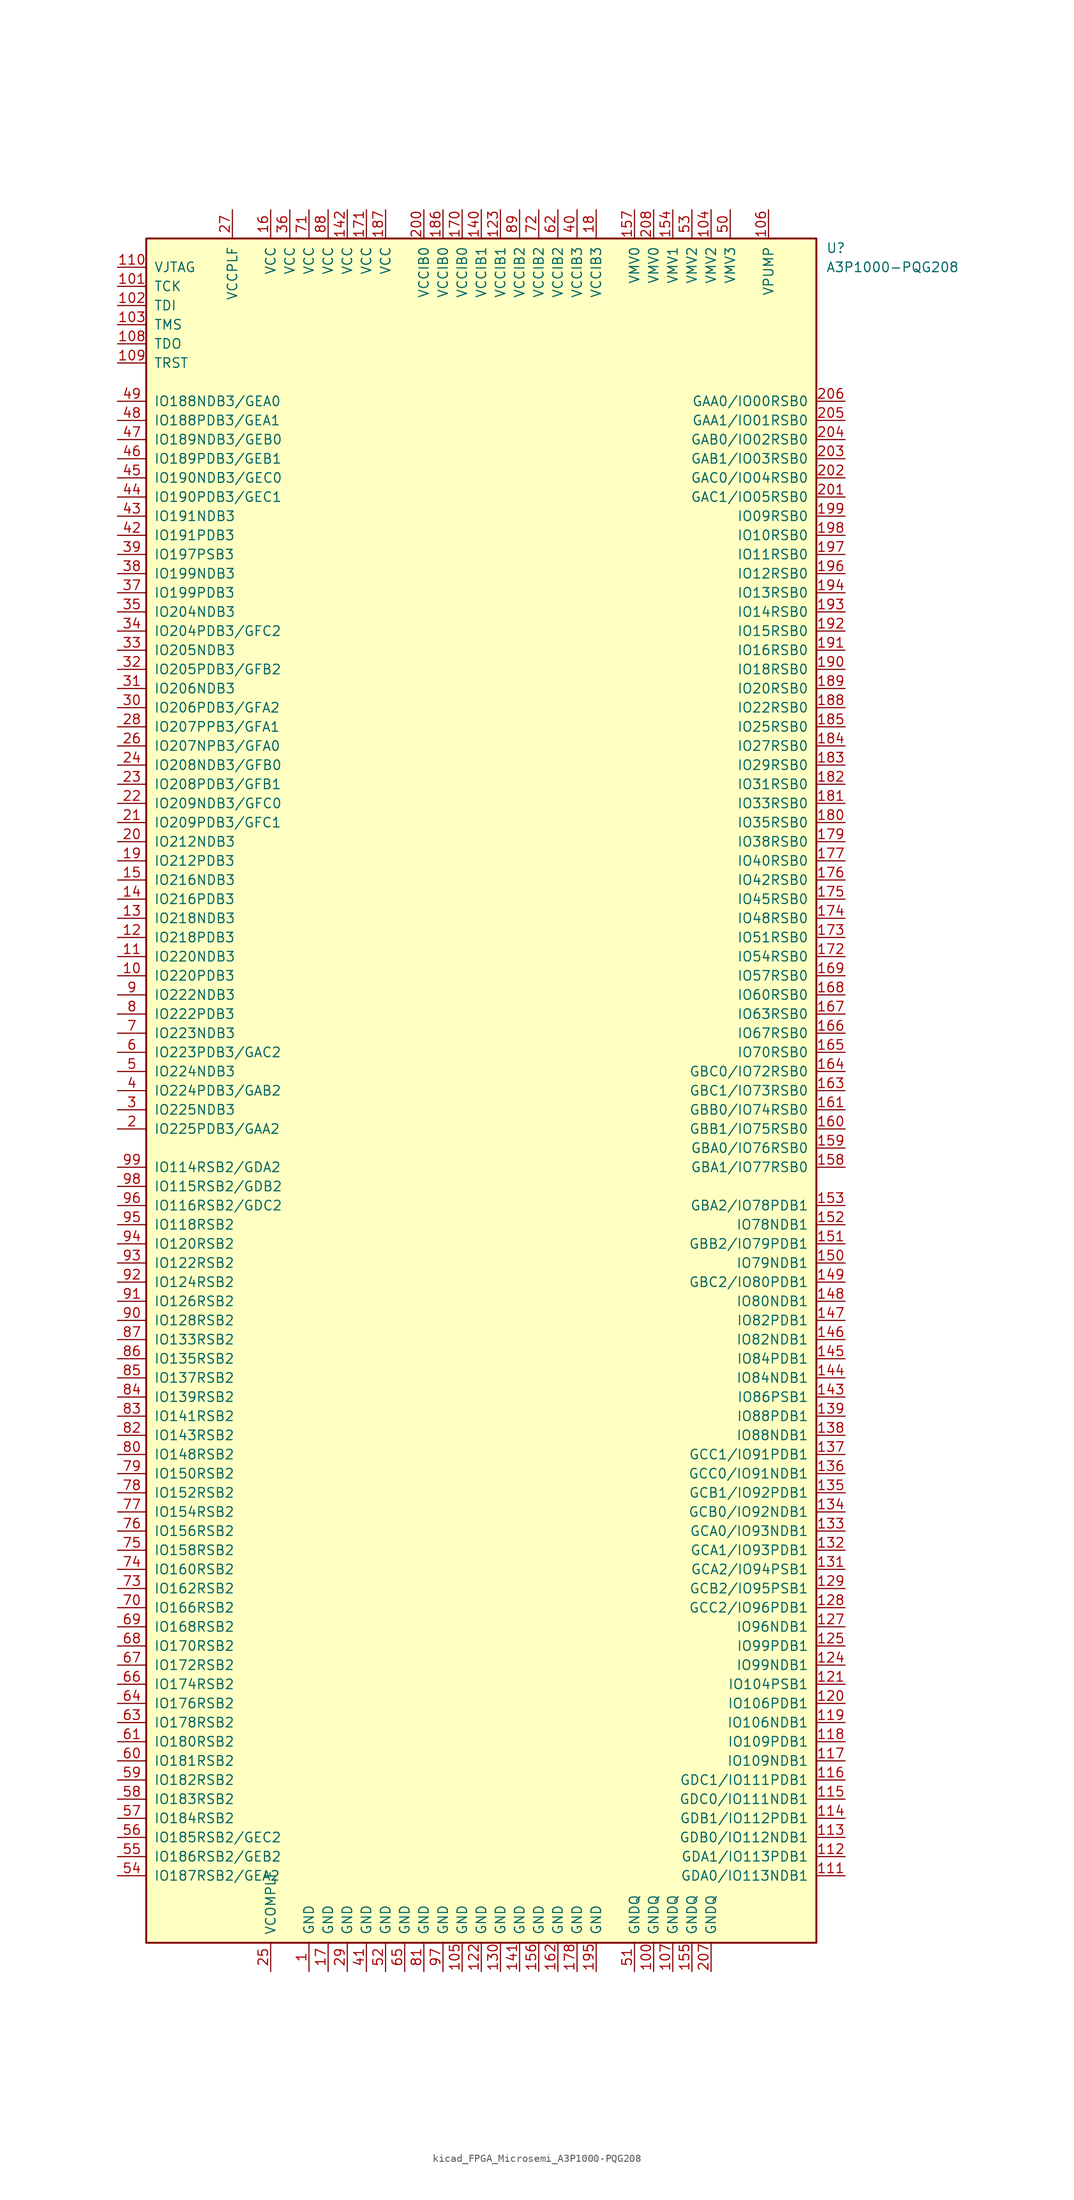
<source format=kicad_sym>
(kicad_symbol_lib
  (version 20220914)
  (generator kicad_symbol_editor)
  (symbol "kicad_FPGA_Microsemi_A3P1000-PQG208"
    (pin_names
      (offset 1.016))
    (property "Reference" "U"
      (at 45.72 111.76 0)
      (effects (font (size 1.27 1.27)) (justify left)))
    (property "Value" "A3P1000-PQG208"
      (at 45.72 109.22 0)
      (effects (font (size 1.27 1.27)) (justify left)))
    (symbol "kicad_FPGA_Microsemi_A3P1000-PQG208_1_0"
      (rectangle (start -44.45 -113.03) (end 44.45 113.03) (stroke (width 0.254) (type default)) (fill (type background))))
    (symbol "kicad_FPGA_Microsemi_A3P1000-PQG208_1_1"
      (pin power_in line (at -22.86 -116.84 90) (length 3.81) (name "GND" (effects (font (size 1.27 1.27)))) (number "1" (effects (font (size 1.27 1.27)))))
      (pin bidirectional line (at -48.26 15.24 0) (length 3.81) (name "IO220PDB3" (effects (font (size 1.27 1.27)))) (number "10" (effects (font (size 1.27 1.27)))))
      (pin power_in line (at 22.86 -116.84 90) (length 3.81) (name "GNDQ" (effects (font (size 1.27 1.27)))) (number "100" (effects (font (size 1.27 1.27)))))
      (pin bidirectional line (at -48.26 106.68 0) (length 3.81) (name "TCK" (effects (font (size 1.27 1.27)))) (number "101" (effects (font (size 1.27 1.27)))))
      (pin bidirectional line (at -48.26 104.14 0) (length 3.81) (name "TDI" (effects (font (size 1.27 1.27)))) (number "102" (effects (font (size 1.27 1.27)))))
      (pin bidirectional line (at -48.26 101.6 0) (length 3.81) (name "TMS" (effects (font (size 1.27 1.27)))) (number "103" (effects (font (size 1.27 1.27)))))
      (pin power_in line (at 30.48 116.84 270) (length 3.81) (name "VMV2" (effects (font (size 1.27 1.27)))) (number "104" (effects (font (size 1.27 1.27)))))
      (pin power_in line (at -2.54 -116.84 90) (length 3.81) (name "GND" (effects (font (size 1.27 1.27)))) (number "105" (effects (font (size 1.27 1.27)))))
      (pin power_in line (at 38.1 116.84 270) (length 3.81) (name "VPUMP" (effects (font (size 1.27 1.27)))) (number "106" (effects (font (size 1.27 1.27)))))
      (pin power_in line (at 25.4 -116.84 90) (length 3.81) (name "GNDQ" (effects (font (size 1.27 1.27)))) (number "107" (effects (font (size 1.27 1.27)))))
      (pin bidirectional line (at -48.26 99.06 0) (length 3.81) (name "TDO" (effects (font (size 1.27 1.27)))) (number "108" (effects (font (size 1.27 1.27)))))
      (pin bidirectional line (at -48.26 96.52 0) (length 3.81) (name "TRST" (effects (font (size 1.27 1.27)))) (number "109" (effects (font (size 1.27 1.27)))))
      (pin bidirectional line (at -48.26 17.78 0) (length 3.81) (name "IO220NDB3" (effects (font (size 1.27 1.27)))) (number "11" (effects (font (size 1.27 1.27)))))
      (pin power_in line (at -48.26 109.22 0) (length 3.81) (name "VJTAG" (effects (font (size 1.27 1.27)))) (number "110" (effects (font (size 1.27 1.27)))))
      (pin bidirectional line (at 48.26 -104.14 180) (length 3.81) (name "GDA0/IO113NDB1" (effects (font (size 1.27 1.27)))) (number "111" (effects (font (size 1.27 1.27)))))
      (pin bidirectional line (at 48.26 -101.6 180) (length 3.81) (name "GDA1/IO113PDB1" (effects (font (size 1.27 1.27)))) (number "112" (effects (font (size 1.27 1.27)))))
      (pin bidirectional line (at 48.26 -99.06 180) (length 3.81) (name "GDB0/IO112NDB1" (effects (font (size 1.27 1.27)))) (number "113" (effects (font (size 1.27 1.27)))))
      (pin bidirectional line (at 48.26 -96.52 180) (length 3.81) (name "GDB1/IO112PDB1" (effects (font (size 1.27 1.27)))) (number "114" (effects (font (size 1.27 1.27)))))
      (pin bidirectional line (at 48.26 -93.98 180) (length 3.81) (name "GDC0/IO111NDB1" (effects (font (size 1.27 1.27)))) (number "115" (effects (font (size 1.27 1.27)))))
      (pin bidirectional line (at 48.26 -91.44 180) (length 3.81) (name "GDC1/IO111PDB1" (effects (font (size 1.27 1.27)))) (number "116" (effects (font (size 1.27 1.27)))))
      (pin bidirectional line (at 48.26 -88.9 180) (length 3.81) (name "IO109NDB1" (effects (font (size 1.27 1.27)))) (number "117" (effects (font (size 1.27 1.27)))))
      (pin bidirectional line (at 48.26 -86.36 180) (length 3.81) (name "IO109PDB1" (effects (font (size 1.27 1.27)))) (number "118" (effects (font (size 1.27 1.27)))))
      (pin bidirectional line (at 48.26 -83.82 180) (length 3.81) (name "IO106NDB1" (effects (font (size 1.27 1.27)))) (number "119" (effects (font (size 1.27 1.27)))))
      (pin bidirectional line (at -48.26 20.32 0) (length 3.81) (name "IO218PDB3" (effects (font (size 1.27 1.27)))) (number "12" (effects (font (size 1.27 1.27)))))
      (pin bidirectional line (at 48.26 -81.28 180) (length 3.81) (name "IO106PDB1" (effects (font (size 1.27 1.27)))) (number "120" (effects (font (size 1.27 1.27)))))
      (pin bidirectional line (at 48.26 -78.74 180) (length 3.81) (name "IO104PSB1" (effects (font (size 1.27 1.27)))) (number "121" (effects (font (size 1.27 1.27)))))
      (pin power_in line (at 0 -116.84 90) (length 3.81) (name "GND" (effects (font (size 1.27 1.27)))) (number "122" (effects (font (size 1.27 1.27)))))
      (pin power_in line (at 2.54 116.84 270) (length 3.81) (name "VCCIB1" (effects (font (size 1.27 1.27)))) (number "123" (effects (font (size 1.27 1.27)))))
      (pin bidirectional line (at 48.26 -76.2 180) (length 3.81) (name "IO99NDB1" (effects (font (size 1.27 1.27)))) (number "124" (effects (font (size 1.27 1.27)))))
      (pin bidirectional line (at 48.26 -73.66 180) (length 3.81) (name "IO99PDB1" (effects (font (size 1.27 1.27)))) (number "125" (effects (font (size 1.27 1.27)))))
      (pin bidirectional line (at 48.26 -71.12 180) (length 3.81) (name "IO96NDB1" (effects (font (size 1.27 1.27)))) (number "127" (effects (font (size 1.27 1.27)))))
      (pin bidirectional line (at 48.26 -68.58 180) (length 3.81) (name "GCC2/IO96PDB1" (effects (font (size 1.27 1.27)))) (number "128" (effects (font (size 1.27 1.27)))))
      (pin bidirectional line (at 48.26 -66.04 180) (length 3.81) (name "GCB2/IO95PSB1" (effects (font (size 1.27 1.27)))) (number "129" (effects (font (size 1.27 1.27)))))
      (pin bidirectional line (at -48.26 22.86 0) (length 3.81) (name "IO218NDB3" (effects (font (size 1.27 1.27)))) (number "13" (effects (font (size 1.27 1.27)))))
      (pin power_in line (at 2.54 -116.84 90) (length 3.81) (name "GND" (effects (font (size 1.27 1.27)))) (number "130" (effects (font (size 1.27 1.27)))))
      (pin bidirectional line (at 48.26 -63.5 180) (length 3.81) (name "GCA2/IO94PSB1" (effects (font (size 1.27 1.27)))) (number "131" (effects (font (size 1.27 1.27)))))
      (pin bidirectional line (at 48.26 -60.96 180) (length 3.81) (name "GCA1/IO93PDB1" (effects (font (size 1.27 1.27)))) (number "132" (effects (font (size 1.27 1.27)))))
      (pin bidirectional line (at 48.26 -58.42 180) (length 3.81) (name "GCA0/IO93NDB1" (effects (font (size 1.27 1.27)))) (number "133" (effects (font (size 1.27 1.27)))))
      (pin bidirectional line (at 48.26 -55.88 180) (length 3.81) (name "GCB0/IO92NDB1" (effects (font (size 1.27 1.27)))) (number "134" (effects (font (size 1.27 1.27)))))
      (pin bidirectional line (at 48.26 -53.34 180) (length 3.81) (name "GCB1/IO92PDB1" (effects (font (size 1.27 1.27)))) (number "135" (effects (font (size 1.27 1.27)))))
      (pin bidirectional line (at 48.26 -50.8 180) (length 3.81) (name "GCC0/IO91NDB1" (effects (font (size 1.27 1.27)))) (number "136" (effects (font (size 1.27 1.27)))))
      (pin bidirectional line (at 48.26 -48.26 180) (length 3.81) (name "GCC1/IO91PDB1" (effects (font (size 1.27 1.27)))) (number "137" (effects (font (size 1.27 1.27)))))
      (pin bidirectional line (at 48.26 -45.72 180) (length 3.81) (name "IO88NDB1" (effects (font (size 1.27 1.27)))) (number "138" (effects (font (size 1.27 1.27)))))
      (pin bidirectional line (at 48.26 -43.18 180) (length 3.81) (name "IO88PDB1" (effects (font (size 1.27 1.27)))) (number "139" (effects (font (size 1.27 1.27)))))
      (pin bidirectional line (at -48.26 25.4 0) (length 3.81) (name "IO216PDB3" (effects (font (size 1.27 1.27)))) (number "14" (effects (font (size 1.27 1.27)))))
      (pin power_in line (at 0 116.84 270) (length 3.81) (name "VCCIB1" (effects (font (size 1.27 1.27)))) (number "140" (effects (font (size 1.27 1.27)))))
      (pin power_in line (at 5.08 -116.84 90) (length 3.81) (name "GND" (effects (font (size 1.27 1.27)))) (number "141" (effects (font (size 1.27 1.27)))))
      (pin power_in line (at -17.78 116.84 270) (length 3.81) (name "VCC" (effects (font (size 1.27 1.27)))) (number "142" (effects (font (size 1.27 1.27)))))
      (pin bidirectional line (at 48.26 -40.64 180) (length 3.81) (name "IO86PSB1" (effects (font (size 1.27 1.27)))) (number "143" (effects (font (size 1.27 1.27)))))
      (pin bidirectional line (at 48.26 -38.1 180) (length 3.81) (name "IO84NDB1" (effects (font (size 1.27 1.27)))) (number "144" (effects (font (size 1.27 1.27)))))
      (pin bidirectional line (at 48.26 -35.56 180) (length 3.81) (name "IO84PDB1" (effects (font (size 1.27 1.27)))) (number "145" (effects (font (size 1.27 1.27)))))
      (pin bidirectional line (at 48.26 -33.02 180) (length 3.81) (name "IO82NDB1" (effects (font (size 1.27 1.27)))) (number "146" (effects (font (size 1.27 1.27)))))
      (pin bidirectional line (at 48.26 -30.48 180) (length 3.81) (name "IO82PDB1" (effects (font (size 1.27 1.27)))) (number "147" (effects (font (size 1.27 1.27)))))
      (pin bidirectional line (at 48.26 -27.94 180) (length 3.81) (name "IO80NDB1" (effects (font (size 1.27 1.27)))) (number "148" (effects (font (size 1.27 1.27)))))
      (pin bidirectional line (at 48.26 -25.4 180) (length 3.81) (name "GBC2/IO80PDB1" (effects (font (size 1.27 1.27)))) (number "149" (effects (font (size 1.27 1.27)))))
      (pin bidirectional line (at -48.26 27.94 0) (length 3.81) (name "IO216NDB3" (effects (font (size 1.27 1.27)))) (number "15" (effects (font (size 1.27 1.27)))))
      (pin bidirectional line (at 48.26 -22.86 180) (length 3.81) (name "IO79NDB1" (effects (font (size 1.27 1.27)))) (number "150" (effects (font (size 1.27 1.27)))))
      (pin bidirectional line (at 48.26 -20.32 180) (length 3.81) (name "GBB2/IO79PDB1" (effects (font (size 1.27 1.27)))) (number "151" (effects (font (size 1.27 1.27)))))
      (pin bidirectional line (at 48.26 -17.78 180) (length 3.81) (name "IO78NDB1" (effects (font (size 1.27 1.27)))) (number "152" (effects (font (size 1.27 1.27)))))
      (pin bidirectional line (at 48.26 -15.24 180) (length 3.81) (name "GBA2/IO78PDB1" (effects (font (size 1.27 1.27)))) (number "153" (effects (font (size 1.27 1.27)))))
      (pin power_in line (at 25.4 116.84 270) (length 3.81) (name "VMV1" (effects (font (size 1.27 1.27)))) (number "154" (effects (font (size 1.27 1.27)))))
      (pin power_in line (at 27.94 -116.84 90) (length 3.81) (name "GNDQ" (effects (font (size 1.27 1.27)))) (number "155" (effects (font (size 1.27 1.27)))))
      (pin power_in line (at 7.62 -116.84 90) (length 3.81) (name "GND" (effects (font (size 1.27 1.27)))) (number "156" (effects (font (size 1.27 1.27)))))
      (pin power_in line (at 20.32 116.84 270) (length 3.81) (name "VMV0" (effects (font (size 1.27 1.27)))) (number "157" (effects (font (size 1.27 1.27)))))
      (pin bidirectional line (at 48.26 -10.16 180) (length 3.81) (name "GBA1/IO77RSB0" (effects (font (size 1.27 1.27)))) (number "158" (effects (font (size 1.27 1.27)))))
      (pin bidirectional line (at 48.26 -7.62 180) (length 3.81) (name "GBA0/IO76RSB0" (effects (font (size 1.27 1.27)))) (number "159" (effects (font (size 1.27 1.27)))))
      (pin power_in line (at -27.94 116.84 270) (length 3.81) (name "VCC" (effects (font (size 1.27 1.27)))) (number "16" (effects (font (size 1.27 1.27)))))
      (pin bidirectional line (at 48.26 -5.08 180) (length 3.81) (name "GBB1/IO75RSB0" (effects (font (size 1.27 1.27)))) (number "160" (effects (font (size 1.27 1.27)))))
      (pin bidirectional line (at 48.26 -2.54 180) (length 3.81) (name "GBB0/IO74RSB0" (effects (font (size 1.27 1.27)))) (number "161" (effects (font (size 1.27 1.27)))))
      (pin power_in line (at 10.16 -116.84 90) (length 3.81) (name "GND" (effects (font (size 1.27 1.27)))) (number "162" (effects (font (size 1.27 1.27)))))
      (pin bidirectional line (at 48.26 0 180) (length 3.81) (name "GBC1/IO73RSB0" (effects (font (size 1.27 1.27)))) (number "163" (effects (font (size 1.27 1.27)))))
      (pin bidirectional line (at 48.26 2.54 180) (length 3.81) (name "GBC0/IO72RSB0" (effects (font (size 1.27 1.27)))) (number "164" (effects (font (size 1.27 1.27)))))
      (pin bidirectional line (at 48.26 5.08 180) (length 3.81) (name "IO70RSB0" (effects (font (size 1.27 1.27)))) (number "165" (effects (font (size 1.27 1.27)))))
      (pin bidirectional line (at 48.26 7.62 180) (length 3.81) (name "IO67RSB0" (effects (font (size 1.27 1.27)))) (number "166" (effects (font (size 1.27 1.27)))))
      (pin bidirectional line (at 48.26 10.16 180) (length 3.81) (name "IO63RSB0" (effects (font (size 1.27 1.27)))) (number "167" (effects (font (size 1.27 1.27)))))
      (pin bidirectional line (at 48.26 12.7 180) (length 3.81) (name "IO60RSB0" (effects (font (size 1.27 1.27)))) (number "168" (effects (font (size 1.27 1.27)))))
      (pin bidirectional line (at 48.26 15.24 180) (length 3.81) (name "IO57RSB0" (effects (font (size 1.27 1.27)))) (number "169" (effects (font (size 1.27 1.27)))))
      (pin power_in line (at -20.32 -116.84 90) (length 3.81) (name "GND" (effects (font (size 1.27 1.27)))) (number "17" (effects (font (size 1.27 1.27)))))
      (pin power_in line (at -2.54 116.84 270) (length 3.81) (name "VCCIB0" (effects (font (size 1.27 1.27)))) (number "170" (effects (font (size 1.27 1.27)))))
      (pin power_in line (at -15.24 116.84 270) (length 3.81) (name "VCC" (effects (font (size 1.27 1.27)))) (number "171" (effects (font (size 1.27 1.27)))))
      (pin bidirectional line (at 48.26 17.78 180) (length 3.81) (name "IO54RSB0" (effects (font (size 1.27 1.27)))) (number "172" (effects (font (size 1.27 1.27)))))
      (pin bidirectional line (at 48.26 20.32 180) (length 3.81) (name "IO51RSB0" (effects (font (size 1.27 1.27)))) (number "173" (effects (font (size 1.27 1.27)))))
      (pin bidirectional line (at 48.26 22.86 180) (length 3.81) (name "IO48RSB0" (effects (font (size 1.27 1.27)))) (number "174" (effects (font (size 1.27 1.27)))))
      (pin bidirectional line (at 48.26 25.4 180) (length 3.81) (name "IO45RSB0" (effects (font (size 1.27 1.27)))) (number "175" (effects (font (size 1.27 1.27)))))
      (pin bidirectional line (at 48.26 27.94 180) (length 3.81) (name "IO42RSB0" (effects (font (size 1.27 1.27)))) (number "176" (effects (font (size 1.27 1.27)))))
      (pin bidirectional line (at 48.26 30.48 180) (length 3.81) (name "IO40RSB0" (effects (font (size 1.27 1.27)))) (number "177" (effects (font (size 1.27 1.27)))))
      (pin power_in line (at 12.7 -116.84 90) (length 3.81) (name "GND" (effects (font (size 1.27 1.27)))) (number "178" (effects (font (size 1.27 1.27)))))
      (pin bidirectional line (at 48.26 33.02 180) (length 3.81) (name "IO38RSB0" (effects (font (size 1.27 1.27)))) (number "179" (effects (font (size 1.27 1.27)))))
      (pin power_in line (at 15.24 116.84 270) (length 3.81) (name "VCCIB3" (effects (font (size 1.27 1.27)))) (number "18" (effects (font (size 1.27 1.27)))))
      (pin bidirectional line (at 48.26 35.56 180) (length 3.81) (name "IO35RSB0" (effects (font (size 1.27 1.27)))) (number "180" (effects (font (size 1.27 1.27)))))
      (pin bidirectional line (at 48.26 38.1 180) (length 3.81) (name "IO33RSB0" (effects (font (size 1.27 1.27)))) (number "181" (effects (font (size 1.27 1.27)))))
      (pin bidirectional line (at 48.26 40.64 180) (length 3.81) (name "IO31RSB0" (effects (font (size 1.27 1.27)))) (number "182" (effects (font (size 1.27 1.27)))))
      (pin bidirectional line (at 48.26 43.18 180) (length 3.81) (name "IO29RSB0" (effects (font (size 1.27 1.27)))) (number "183" (effects (font (size 1.27 1.27)))))
      (pin bidirectional line (at 48.26 45.72 180) (length 3.81) (name "IO27RSB0" (effects (font (size 1.27 1.27)))) (number "184" (effects (font (size 1.27 1.27)))))
      (pin bidirectional line (at 48.26 48.26 180) (length 3.81) (name "IO25RSB0" (effects (font (size 1.27 1.27)))) (number "185" (effects (font (size 1.27 1.27)))))
      (pin power_in line (at -5.08 116.84 270) (length 3.81) (name "VCCIB0" (effects (font (size 1.27 1.27)))) (number "186" (effects (font (size 1.27 1.27)))))
      (pin power_in line (at -12.7 116.84 270) (length 3.81) (name "VCC" (effects (font (size 1.27 1.27)))) (number "187" (effects (font (size 1.27 1.27)))))
      (pin bidirectional line (at 48.26 50.8 180) (length 3.81) (name "IO22RSB0" (effects (font (size 1.27 1.27)))) (number "188" (effects (font (size 1.27 1.27)))))
      (pin bidirectional line (at 48.26 53.34 180) (length 3.81) (name "IO20RSB0" (effects (font (size 1.27 1.27)))) (number "189" (effects (font (size 1.27 1.27)))))
      (pin bidirectional line (at -48.26 30.48 0) (length 3.81) (name "IO212PDB3" (effects (font (size 1.27 1.27)))) (number "19" (effects (font (size 1.27 1.27)))))
      (pin bidirectional line (at 48.26 55.88 180) (length 3.81) (name "IO18RSB0" (effects (font (size 1.27 1.27)))) (number "190" (effects (font (size 1.27 1.27)))))
      (pin bidirectional line (at 48.26 58.42 180) (length 3.81) (name "IO16RSB0" (effects (font (size 1.27 1.27)))) (number "191" (effects (font (size 1.27 1.27)))))
      (pin bidirectional line (at 48.26 60.96 180) (length 3.81) (name "IO15RSB0" (effects (font (size 1.27 1.27)))) (number "192" (effects (font (size 1.27 1.27)))))
      (pin bidirectional line (at 48.26 63.5 180) (length 3.81) (name "IO14RSB0" (effects (font (size 1.27 1.27)))) (number "193" (effects (font (size 1.27 1.27)))))
      (pin bidirectional line (at 48.26 66.04 180) (length 3.81) (name "IO13RSB0" (effects (font (size 1.27 1.27)))) (number "194" (effects (font (size 1.27 1.27)))))
      (pin power_in line (at 15.24 -116.84 90) (length 3.81) (name "GND" (effects (font (size 1.27 1.27)))) (number "195" (effects (font (size 1.27 1.27)))))
      (pin bidirectional line (at 48.26 68.58 180) (length 3.81) (name "IO12RSB0" (effects (font (size 1.27 1.27)))) (number "196" (effects (font (size 1.27 1.27)))))
      (pin bidirectional line (at 48.26 71.12 180) (length 3.81) (name "IO11RSB0" (effects (font (size 1.27 1.27)))) (number "197" (effects (font (size 1.27 1.27)))))
      (pin bidirectional line (at 48.26 73.66 180) (length 3.81) (name "IO10RSB0" (effects (font (size 1.27 1.27)))) (number "198" (effects (font (size 1.27 1.27)))))
      (pin bidirectional line (at 48.26 76.2 180) (length 3.81) (name "IO09RSB0" (effects (font (size 1.27 1.27)))) (number "199" (effects (font (size 1.27 1.27)))))
      (pin bidirectional line (at -48.26 -5.08 0) (length 3.81) (name "IO225PDB3/GAA2" (effects (font (size 1.27 1.27)))) (number "2" (effects (font (size 1.27 1.27)))))
      (pin bidirectional line (at -48.26 33.02 0) (length 3.81) (name "IO212NDB3" (effects (font (size 1.27 1.27)))) (number "20" (effects (font (size 1.27 1.27)))))
      (pin power_in line (at -7.62 116.84 270) (length 3.81) (name "VCCIB0" (effects (font (size 1.27 1.27)))) (number "200" (effects (font (size 1.27 1.27)))))
      (pin bidirectional line (at 48.26 78.74 180) (length 3.81) (name "GAC1/IO05RSB0" (effects (font (size 1.27 1.27)))) (number "201" (effects (font (size 1.27 1.27)))))
      (pin bidirectional line (at 48.26 81.28 180) (length 3.81) (name "GAC0/IO04RSB0" (effects (font (size 1.27 1.27)))) (number "202" (effects (font (size 1.27 1.27)))))
      (pin bidirectional line (at 48.26 83.82 180) (length 3.81) (name "GAB1/IO03RSB0" (effects (font (size 1.27 1.27)))) (number "203" (effects (font (size 1.27 1.27)))))
      (pin bidirectional line (at 48.26 86.36 180) (length 3.81) (name "GAB0/IO02RSB0" (effects (font (size 1.27 1.27)))) (number "204" (effects (font (size 1.27 1.27)))))
      (pin bidirectional line (at 48.26 88.9 180) (length 3.81) (name "GAA1/IO01RSB0" (effects (font (size 1.27 1.27)))) (number "205" (effects (font (size 1.27 1.27)))))
      (pin bidirectional line (at 48.26 91.44 180) (length 3.81) (name "GAA0/IO00RSB0" (effects (font (size 1.27 1.27)))) (number "206" (effects (font (size 1.27 1.27)))))
      (pin power_in line (at 30.48 -116.84 90) (length 3.81) (name "GNDQ" (effects (font (size 1.27 1.27)))) (number "207" (effects (font (size 1.27 1.27)))))
      (pin power_in line (at 22.86 116.84 270) (length 3.81) (name "VMV0" (effects (font (size 1.27 1.27)))) (number "208" (effects (font (size 1.27 1.27)))))
      (pin bidirectional line (at -48.26 35.56 0) (length 3.81) (name "IO209PDB3/GFC1" (effects (font (size 1.27 1.27)))) (number "21" (effects (font (size 1.27 1.27)))))
      (pin bidirectional line (at -48.26 38.1 0) (length 3.81) (name "IO209NDB3/GFC0" (effects (font (size 1.27 1.27)))) (number "22" (effects (font (size 1.27 1.27)))))
      (pin bidirectional line (at -48.26 40.64 0) (length 3.81) (name "IO208PDB3/GFB1" (effects (font (size 1.27 1.27)))) (number "23" (effects (font (size 1.27 1.27)))))
      (pin bidirectional line (at -48.26 43.18 0) (length 3.81) (name "IO208NDB3/GFB0" (effects (font (size 1.27 1.27)))) (number "24" (effects (font (size 1.27 1.27)))))
      (pin power_in line (at -27.94 -116.84 90) (length 3.81) (name "VCOMPLF" (effects (font (size 1.27 1.27)))) (number "25" (effects (font (size 1.27 1.27)))))
      (pin bidirectional line (at -48.26 45.72 0) (length 3.81) (name "IO207NPB3/GFA0" (effects (font (size 1.27 1.27)))) (number "26" (effects (font (size 1.27 1.27)))))
      (pin power_in line (at -33.02 116.84 270) (length 3.81) (name "VCCPLF" (effects (font (size 1.27 1.27)))) (number "27" (effects (font (size 1.27 1.27)))))
      (pin bidirectional line (at -48.26 48.26 0) (length 3.81) (name "IO207PPB3/GFA1" (effects (font (size 1.27 1.27)))) (number "28" (effects (font (size 1.27 1.27)))))
      (pin power_in line (at -17.78 -116.84 90) (length 3.81) (name "GND" (effects (font (size 1.27 1.27)))) (number "29" (effects (font (size 1.27 1.27)))))
      (pin bidirectional line (at -48.26 -2.54 0) (length 3.81) (name "IO225NDB3" (effects (font (size 1.27 1.27)))) (number "3" (effects (font (size 1.27 1.27)))))
      (pin bidirectional line (at -48.26 50.8 0) (length 3.81) (name "IO206PDB3/GFA2" (effects (font (size 1.27 1.27)))) (number "30" (effects (font (size 1.27 1.27)))))
      (pin bidirectional line (at -48.26 53.34 0) (length 3.81) (name "IO206NDB3" (effects (font (size 1.27 1.27)))) (number "31" (effects (font (size 1.27 1.27)))))
      (pin bidirectional line (at -48.26 55.88 0) (length 3.81) (name "IO205PDB3/GFB2" (effects (font (size 1.27 1.27)))) (number "32" (effects (font (size 1.27 1.27)))))
      (pin bidirectional line (at -48.26 58.42 0) (length 3.81) (name "IO205NDB3" (effects (font (size 1.27 1.27)))) (number "33" (effects (font (size 1.27 1.27)))))
      (pin bidirectional line (at -48.26 60.96 0) (length 3.81) (name "IO204PDB3/GFC2" (effects (font (size 1.27 1.27)))) (number "34" (effects (font (size 1.27 1.27)))))
      (pin bidirectional line (at -48.26 63.5 0) (length 3.81) (name "IO204NDB3" (effects (font (size 1.27 1.27)))) (number "35" (effects (font (size 1.27 1.27)))))
      (pin power_in line (at -25.4 116.84 270) (length 3.81) (name "VCC" (effects (font (size 1.27 1.27)))) (number "36" (effects (font (size 1.27 1.27)))))
      (pin bidirectional line (at -48.26 66.04 0) (length 3.81) (name "IO199PDB3" (effects (font (size 1.27 1.27)))) (number "37" (effects (font (size 1.27 1.27)))))
      (pin bidirectional line (at -48.26 68.58 0) (length 3.81) (name "IO199NDB3" (effects (font (size 1.27 1.27)))) (number "38" (effects (font (size 1.27 1.27)))))
      (pin bidirectional line (at -48.26 71.12 0) (length 3.81) (name "IO197PSB3" (effects (font (size 1.27 1.27)))) (number "39" (effects (font (size 1.27 1.27)))))
      (pin bidirectional line (at -48.26 0 0) (length 3.81) (name "IO224PDB3/GAB2" (effects (font (size 1.27 1.27)))) (number "4" (effects (font (size 1.27 1.27)))))
      (pin power_in line (at 12.7 116.84 270) (length 3.81) (name "VCCIB3" (effects (font (size 1.27 1.27)))) (number "40" (effects (font (size 1.27 1.27)))))
      (pin power_in line (at -15.24 -116.84 90) (length 3.81) (name "GND" (effects (font (size 1.27 1.27)))) (number "41" (effects (font (size 1.27 1.27)))))
      (pin bidirectional line (at -48.26 73.66 0) (length 3.81) (name "IO191PDB3" (effects (font (size 1.27 1.27)))) (number "42" (effects (font (size 1.27 1.27)))))
      (pin bidirectional line (at -48.26 76.2 0) (length 3.81) (name "IO191NDB3" (effects (font (size 1.27 1.27)))) (number "43" (effects (font (size 1.27 1.27)))))
      (pin bidirectional line (at -48.26 78.74 0) (length 3.81) (name "IO190PDB3/GEC1" (effects (font (size 1.27 1.27)))) (number "44" (effects (font (size 1.27 1.27)))))
      (pin bidirectional line (at -48.26 81.28 0) (length 3.81) (name "IO190NDB3/GEC0" (effects (font (size 1.27 1.27)))) (number "45" (effects (font (size 1.27 1.27)))))
      (pin bidirectional line (at -48.26 83.82 0) (length 3.81) (name "IO189PDB3/GEB1" (effects (font (size 1.27 1.27)))) (number "46" (effects (font (size 1.27 1.27)))))
      (pin bidirectional line (at -48.26 86.36 0) (length 3.81) (name "IO189NDB3/GEB0" (effects (font (size 1.27 1.27)))) (number "47" (effects (font (size 1.27 1.27)))))
      (pin bidirectional line (at -48.26 88.9 0) (length 3.81) (name "IO188PDB3/GEA1" (effects (font (size 1.27 1.27)))) (number "48" (effects (font (size 1.27 1.27)))))
      (pin bidirectional line (at -48.26 91.44 0) (length 3.81) (name "IO188NDB3/GEA0" (effects (font (size 1.27 1.27)))) (number "49" (effects (font (size 1.27 1.27)))))
      (pin bidirectional line (at -48.26 2.54 0) (length 3.81) (name "IO224NDB3" (effects (font (size 1.27 1.27)))) (number "5" (effects (font (size 1.27 1.27)))))
      (pin power_in line (at 33.02 116.84 270) (length 3.81) (name "VMV3" (effects (font (size 1.27 1.27)))) (number "50" (effects (font (size 1.27 1.27)))))
      (pin power_in line (at 20.32 -116.84 90) (length 3.81) (name "GNDQ" (effects (font (size 1.27 1.27)))) (number "51" (effects (font (size 1.27 1.27)))))
      (pin power_in line (at -12.7 -116.84 90) (length 3.81) (name "GND" (effects (font (size 1.27 1.27)))) (number "52" (effects (font (size 1.27 1.27)))))
      (pin power_in line (at 27.94 116.84 270) (length 3.81) (name "VMV2" (effects (font (size 1.27 1.27)))) (number "53" (effects (font (size 1.27 1.27)))))
      (pin bidirectional line (at -48.26 -104.14 0) (length 3.81) (name "IO187RSB2/GEA2" (effects (font (size 1.27 1.27)))) (number "54" (effects (font (size 1.27 1.27)))))
      (pin bidirectional line (at -48.26 -101.6 0) (length 3.81) (name "IO186RSB2/GEB2" (effects (font (size 1.27 1.27)))) (number "55" (effects (font (size 1.27 1.27)))))
      (pin bidirectional line (at -48.26 -99.06 0) (length 3.81) (name "IO185RSB2/GEC2" (effects (font (size 1.27 1.27)))) (number "56" (effects (font (size 1.27 1.27)))))
      (pin bidirectional line (at -48.26 -96.52 0) (length 3.81) (name "IO184RSB2" (effects (font (size 1.27 1.27)))) (number "57" (effects (font (size 1.27 1.27)))))
      (pin bidirectional line (at -48.26 -93.98 0) (length 3.81) (name "IO183RSB2" (effects (font (size 1.27 1.27)))) (number "58" (effects (font (size 1.27 1.27)))))
      (pin bidirectional line (at -48.26 -91.44 0) (length 3.81) (name "IO182RSB2" (effects (font (size 1.27 1.27)))) (number "59" (effects (font (size 1.27 1.27)))))
      (pin bidirectional line (at -48.26 5.08 0) (length 3.81) (name "IO223PDB3/GAC2" (effects (font (size 1.27 1.27)))) (number "6" (effects (font (size 1.27 1.27)))))
      (pin bidirectional line (at -48.26 -88.9 0) (length 3.81) (name "IO181RSB2" (effects (font (size 1.27 1.27)))) (number "60" (effects (font (size 1.27 1.27)))))
      (pin bidirectional line (at -48.26 -86.36 0) (length 3.81) (name "IO180RSB2" (effects (font (size 1.27 1.27)))) (number "61" (effects (font (size 1.27 1.27)))))
      (pin power_in line (at 10.16 116.84 270) (length 3.81) (name "VCCIB2" (effects (font (size 1.27 1.27)))) (number "62" (effects (font (size 1.27 1.27)))))
      (pin bidirectional line (at -48.26 -83.82 0) (length 3.81) (name "IO178RSB2" (effects (font (size 1.27 1.27)))) (number "63" (effects (font (size 1.27 1.27)))))
      (pin bidirectional line (at -48.26 -81.28 0) (length 3.81) (name "IO176RSB2" (effects (font (size 1.27 1.27)))) (number "64" (effects (font (size 1.27 1.27)))))
      (pin power_in line (at -10.16 -116.84 90) (length 3.81) (name "GND" (effects (font (size 1.27 1.27)))) (number "65" (effects (font (size 1.27 1.27)))))
      (pin bidirectional line (at -48.26 -78.74 0) (length 3.81) (name "IO174RSB2" (effects (font (size 1.27 1.27)))) (number "66" (effects (font (size 1.27 1.27)))))
      (pin bidirectional line (at -48.26 -76.2 0) (length 3.81) (name "IO172RSB2" (effects (font (size 1.27 1.27)))) (number "67" (effects (font (size 1.27 1.27)))))
      (pin bidirectional line (at -48.26 -73.66 0) (length 3.81) (name "IO170RSB2" (effects (font (size 1.27 1.27)))) (number "68" (effects (font (size 1.27 1.27)))))
      (pin bidirectional line (at -48.26 -71.12 0) (length 3.81) (name "IO168RSB2" (effects (font (size 1.27 1.27)))) (number "69" (effects (font (size 1.27 1.27)))))
      (pin bidirectional line (at -48.26 7.62 0) (length 3.81) (name "IO223NDB3" (effects (font (size 1.27 1.27)))) (number "7" (effects (font (size 1.27 1.27)))))
      (pin bidirectional line (at -48.26 -68.58 0) (length 3.81) (name "IO166RSB2" (effects (font (size 1.27 1.27)))) (number "70" (effects (font (size 1.27 1.27)))))
      (pin power_in line (at -22.86 116.84 270) (length 3.81) (name "VCC" (effects (font (size 1.27 1.27)))) (number "71" (effects (font (size 1.27 1.27)))))
      (pin power_in line (at 7.62 116.84 270) (length 3.81) (name "VCCIB2" (effects (font (size 1.27 1.27)))) (number "72" (effects (font (size 1.27 1.27)))))
      (pin bidirectional line (at -48.26 -66.04 0) (length 3.81) (name "IO162RSB2" (effects (font (size 1.27 1.27)))) (number "73" (effects (font (size 1.27 1.27)))))
      (pin bidirectional line (at -48.26 -63.5 0) (length 3.81) (name "IO160RSB2" (effects (font (size 1.27 1.27)))) (number "74" (effects (font (size 1.27 1.27)))))
      (pin bidirectional line (at -48.26 -60.96 0) (length 3.81) (name "IO158RSB2" (effects (font (size 1.27 1.27)))) (number "75" (effects (font (size 1.27 1.27)))))
      (pin bidirectional line (at -48.26 -58.42 0) (length 3.81) (name "IO156RSB2" (effects (font (size 1.27 1.27)))) (number "76" (effects (font (size 1.27 1.27)))))
      (pin bidirectional line (at -48.26 -55.88 0) (length 3.81) (name "IO154RSB2" (effects (font (size 1.27 1.27)))) (number "77" (effects (font (size 1.27 1.27)))))
      (pin bidirectional line (at -48.26 -53.34 0) (length 3.81) (name "IO152RSB2" (effects (font (size 1.27 1.27)))) (number "78" (effects (font (size 1.27 1.27)))))
      (pin bidirectional line (at -48.26 -50.8 0) (length 3.81) (name "IO150RSB2" (effects (font (size 1.27 1.27)))) (number "79" (effects (font (size 1.27 1.27)))))
      (pin bidirectional line (at -48.26 10.16 0) (length 3.81) (name "IO222PDB3" (effects (font (size 1.27 1.27)))) (number "8" (effects (font (size 1.27 1.27)))))
      (pin bidirectional line (at -48.26 -48.26 0) (length 3.81) (name "IO148RSB2" (effects (font (size 1.27 1.27)))) (number "80" (effects (font (size 1.27 1.27)))))
      (pin power_in line (at -7.62 -116.84 90) (length 3.81) (name "GND" (effects (font (size 1.27 1.27)))) (number "81" (effects (font (size 1.27 1.27)))))
      (pin bidirectional line (at -48.26 -45.72 0) (length 3.81) (name "IO143RSB2" (effects (font (size 1.27 1.27)))) (number "82" (effects (font (size 1.27 1.27)))))
      (pin bidirectional line (at -48.26 -43.18 0) (length 3.81) (name "IO141RSB2" (effects (font (size 1.27 1.27)))) (number "83" (effects (font (size 1.27 1.27)))))
      (pin bidirectional line (at -48.26 -40.64 0) (length 3.81) (name "IO139RSB2" (effects (font (size 1.27 1.27)))) (number "84" (effects (font (size 1.27 1.27)))))
      (pin bidirectional line (at -48.26 -38.1 0) (length 3.81) (name "IO137RSB2" (effects (font (size 1.27 1.27)))) (number "85" (effects (font (size 1.27 1.27)))))
      (pin bidirectional line (at -48.26 -35.56 0) (length 3.81) (name "IO135RSB2" (effects (font (size 1.27 1.27)))) (number "86" (effects (font (size 1.27 1.27)))))
      (pin bidirectional line (at -48.26 -33.02 0) (length 3.81) (name "IO133RSB2" (effects (font (size 1.27 1.27)))) (number "87" (effects (font (size 1.27 1.27)))))
      (pin power_in line (at -20.32 116.84 270) (length 3.81) (name "VCC" (effects (font (size 1.27 1.27)))) (number "88" (effects (font (size 1.27 1.27)))))
      (pin power_in line (at 5.08 116.84 270) (length 3.81) (name "VCCIB2" (effects (font (size 1.27 1.27)))) (number "89" (effects (font (size 1.27 1.27)))))
      (pin bidirectional line (at -48.26 12.7 0) (length 3.81) (name "IO222NDB3" (effects (font (size 1.27 1.27)))) (number "9" (effects (font (size 1.27 1.27)))))
      (pin bidirectional line (at -48.26 -30.48 0) (length 3.81) (name "IO128RSB2" (effects (font (size 1.27 1.27)))) (number "90" (effects (font (size 1.27 1.27)))))
      (pin bidirectional line (at -48.26 -27.94 0) (length 3.81) (name "IO126RSB2" (effects (font (size 1.27 1.27)))) (number "91" (effects (font (size 1.27 1.27)))))
      (pin bidirectional line (at -48.26 -25.4 0) (length 3.81) (name "IO124RSB2" (effects (font (size 1.27 1.27)))) (number "92" (effects (font (size 1.27 1.27)))))
      (pin bidirectional line (at -48.26 -22.86 0) (length 3.81) (name "IO122RSB2" (effects (font (size 1.27 1.27)))) (number "93" (effects (font (size 1.27 1.27)))))
      (pin bidirectional line (at -48.26 -20.32 0) (length 3.81) (name "IO120RSB2" (effects (font (size 1.27 1.27)))) (number "94" (effects (font (size 1.27 1.27)))))
      (pin bidirectional line (at -48.26 -17.78 0) (length 3.81) (name "IO118RSB2" (effects (font (size 1.27 1.27)))) (number "95" (effects (font (size 1.27 1.27)))))
      (pin bidirectional line (at -48.26 -15.24 0) (length 3.81) (name "IO116RSB2/GDC2" (effects (font (size 1.27 1.27)))) (number "96" (effects (font (size 1.27 1.27)))))
      (pin power_in line (at -5.08 -116.84 90) (length 3.81) (name "GND" (effects (font (size 1.27 1.27)))) (number "97" (effects (font (size 1.27 1.27)))))
      (pin bidirectional line (at -48.26 -12.7 0) (length 3.81) (name "IO115RSB2/GDB2" (effects (font (size 1.27 1.27)))) (number "98" (effects (font (size 1.27 1.27)))))
      (pin bidirectional line (at -48.26 -10.16 0) (length 3.81) (name "IO114RSB2/GDA2" (effects (font (size 1.27 1.27)))) (number "99" (effects (font (size 1.27 1.27))))))))
</source>
